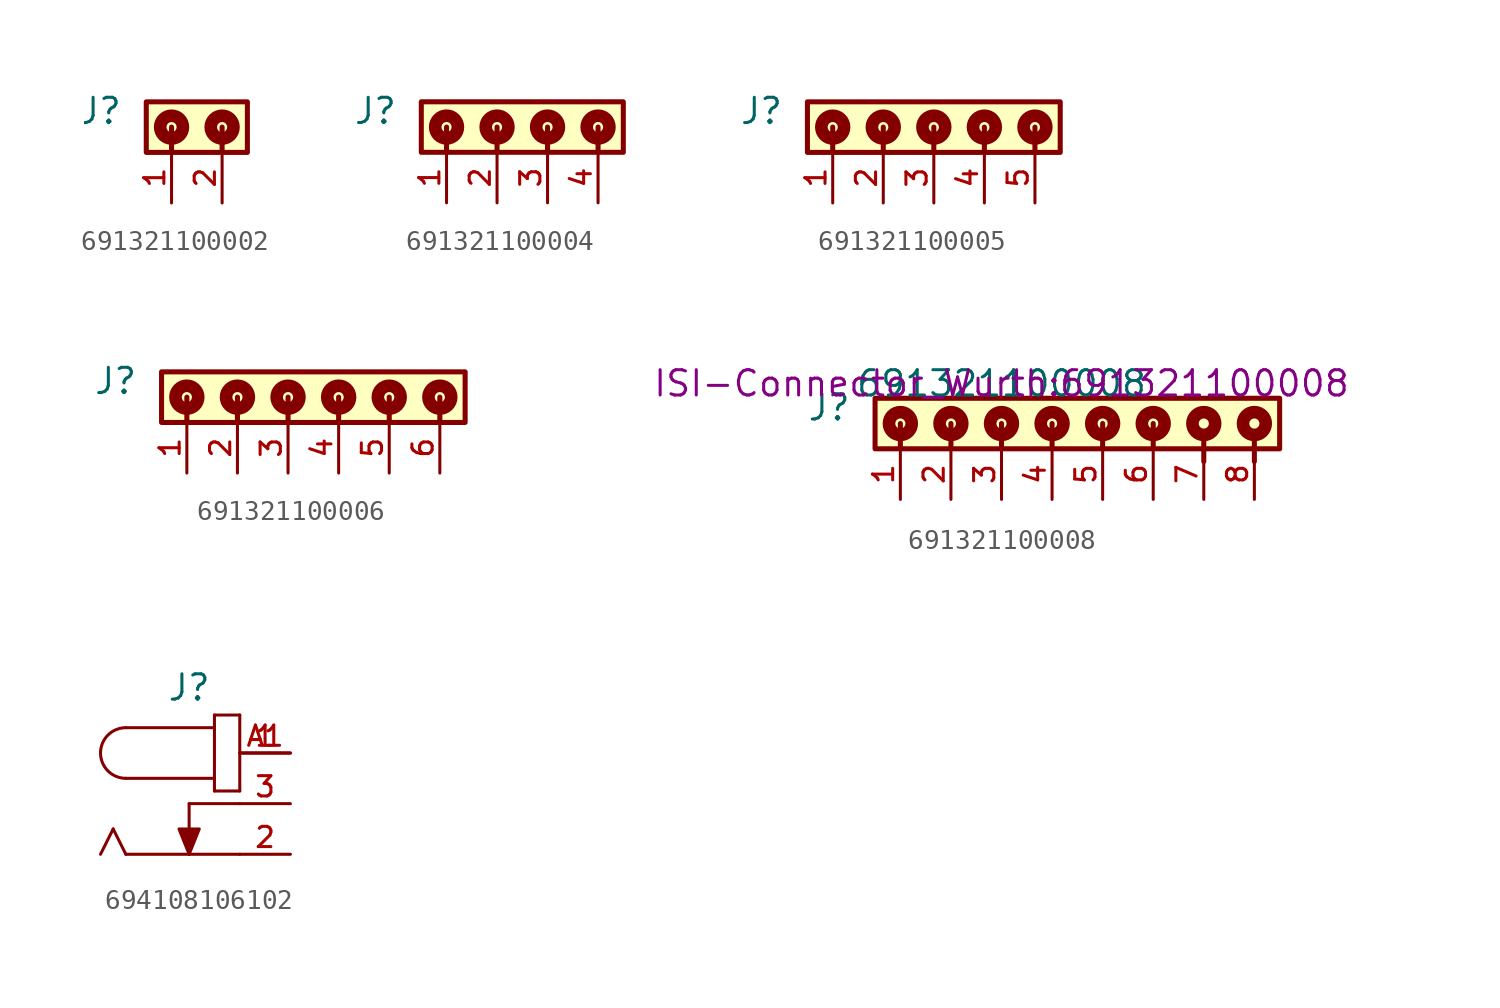
<source format=kicad_sym>
(kicad_symbol_lib
  (version 20241209)
  (generator "kicad_symbol_editor")
  (generator_version "9.0")
  (symbol "691321100002"
    (pin_names
      (offset 1.016))
    (property "Reference" "J"
      (at -4.99 -1.205 0)
      (effects (font (size 1.27 1.27)) (justify right bottom)))
    (symbol "691321100002_0_0"
      (rectangle (start -3.81 -2.54) (end 1.27 0) (stroke (width 0.254) (type default)) (fill (type background)))
      (circle (center -2.54 -1.27) (radius 0.254) (stroke (width 0.635) (type default)) (fill (type none)))
      (polyline (pts (xy -2.54 -1.27) (xy -2.54 -2.54)) (stroke (width 0.254) (type default)) (fill (type none)))
      (polyline (pts (xy 0 -1.27) (xy 0 -2.54)) (stroke (width 0.254) (type default)) (fill (type none)))
      (circle (center 0 -1.27) (radius 0.254) (stroke (width 0.635) (type default)) (fill (type none)))
      (pin passive line (at -2.54 -5.08 90) (length 2.54) (name "~" (effects (font (size 1.016 1.016)))) (number "1" (effects (font (size 1.016 1.016)))))
      (pin passive line (at 0 -5.08 90) (length 2.54) (name "~" (effects (font (size 1.016 1.016)))) (number "2" (effects (font (size 1.016 1.016)))))))
  (symbol "691321100004"
    (pin_names
      (offset 1.016))
    (property "Reference" "J"
      (at -7.53 -1.205 0)
      (effects (font (size 1.27 1.27)) (justify right bottom)))
    (symbol "691321100004_0_0"
      (rectangle (start -6.35 0) (end 3.81 -2.54) (stroke (width 0.254) (type default)) (fill (type background)))
      (circle (center -5.08 -1.27) (radius 0.254) (stroke (width 0.635) (type default)) (fill (type none)))
      (polyline (pts (xy -5.08 -1.27) (xy -5.08 -2.54)) (stroke (width 0.254) (type default)) (fill (type none)))
      (circle (center -2.54 -1.27) (radius 0.254) (stroke (width 0.635) (type default)) (fill (type none)))
      (polyline (pts (xy -2.54 -1.27) (xy -2.54 -2.54)) (stroke (width 0.254) (type default)) (fill (type none)))
      (polyline (pts (xy 0 -1.27) (xy 0 -2.54)) (stroke (width 0.254) (type default)) (fill (type none)))
      (circle (center 0 -1.27) (radius 0.254) (stroke (width 0.635) (type default)) (fill (type none)))
      (polyline (pts (xy 2.54 -1.27) (xy 2.54 -2.54)) (stroke (width 0.254) (type default)) (fill (type none)))
      (circle (center 2.54 -1.27) (radius 0.254) (stroke (width 0.635) (type default)) (fill (type none)))
      (pin passive line (at -5.08 -5.08 90) (length 2.54) (name "~" (effects (font (size 1.016 1.016)))) (number "1" (effects (font (size 1.016 1.016)))))
      (pin passive line (at -2.54 -5.08 90) (length 2.54) (name "~" (effects (font (size 1.016 1.016)))) (number "2" (effects (font (size 1.016 1.016)))))
      (pin passive line (at 0 -5.08 90) (length 2.54) (name "~" (effects (font (size 1.016 1.016)))) (number "3" (effects (font (size 1.016 1.016)))))
      (pin passive line (at 2.54 -5.08 90) (length 2.54) (name "~" (effects (font (size 1.016 1.016)))) (number "4" (effects (font (size 1.016 1.016)))))))
  (symbol "691321100005"
    (pin_names
      (offset 1.016))
    (property "Reference" "J"
      (at -7.53 -1.205 0)
      (effects (font (size 1.27 1.27)) (justify right bottom)))
    (symbol "691321100005_0_0"
      (rectangle (start -6.35 -2.54) (end 6.35 0) (stroke (width 0.254) (type default)) (fill (type background)))
      (circle (center -5.08 -1.27) (radius 0.254) (stroke (width 0.635) (type default)) (fill (type none)))
      (polyline (pts (xy -5.08 -1.27) (xy -5.08 -2.54)) (stroke (width 0.254) (type default)) (fill (type none)))
      (circle (center -2.54 -1.27) (radius 0.254) (stroke (width 0.635) (type default)) (fill (type none)))
      (polyline (pts (xy -2.54 -1.27) (xy -2.54 -2.54)) (stroke (width 0.254) (type default)) (fill (type none)))
      (polyline (pts (xy 0 -1.27) (xy 0 -2.54)) (stroke (width 0.254) (type default)) (fill (type none)))
      (circle (center 0 -1.27) (radius 0.254) (stroke (width 0.635) (type default)) (fill (type none)))
      (polyline (pts (xy 2.54 -1.27) (xy 2.54 -2.54)) (stroke (width 0.254) (type default)) (fill (type none)))
      (circle (center 2.54 -1.27) (radius 0.254) (stroke (width 0.635) (type default)) (fill (type none)))
      (polyline (pts (xy 5.08 -1.27) (xy 5.08 -2.54)) (stroke (width 0.254) (type default)) (fill (type none)))
      (circle (center 5.08 -1.27) (radius 0.254) (stroke (width 0.635) (type default)) (fill (type none)))
      (pin passive line (at -5.08 -5.08 90) (length 2.54) (name "~" (effects (font (size 1.016 1.016)))) (number "1" (effects (font (size 1.016 1.016)))))
      (pin passive line (at -2.54 -5.08 90) (length 2.54) (name "~" (effects (font (size 1.016 1.016)))) (number "2" (effects (font (size 1.016 1.016)))))
      (pin passive line (at 0 -5.08 90) (length 2.54) (name "~" (effects (font (size 1.016 1.016)))) (number "3" (effects (font (size 1.016 1.016)))))
      (pin passive line (at 2.54 -5.08 90) (length 2.54) (name "~" (effects (font (size 1.016 1.016)))) (number "4" (effects (font (size 1.016 1.016))))))
    (symbol "691321100005_1_0"
      (pin passive line (at 5.08 -5.08 90) (length 2.54) (name "~" (effects (font (size 1.016 1.016)))) (number "5" (effects (font (size 1.016 1.016)))))))
  (symbol "691321100006"
    (pin_names
      (offset 1.016))
    (property "Reference" "J"
      (at -7.53 -1.205 0)
      (effects (font (size 1.27 1.27)) (justify right bottom)))
    (symbol "691321100006_0_0"
      (rectangle (start -6.35 -2.54) (end 8.89 0) (stroke (width 0.254) (type default)) (fill (type background)))
      (circle (center -5.08 -1.27) (radius 0.254) (stroke (width 0.635) (type default)) (fill (type none)))
      (polyline (pts (xy -5.08 -1.27) (xy -5.08 -2.54)) (stroke (width 0.254) (type default)) (fill (type none)))
      (circle (center -2.54 -1.27) (radius 0.254) (stroke (width 0.635) (type default)) (fill (type none)))
      (polyline (pts (xy -2.54 -1.27) (xy -2.54 -2.54)) (stroke (width 0.254) (type default)) (fill (type none)))
      (polyline (pts (xy 0 -1.27) (xy 0 -2.54)) (stroke (width 0.254) (type default)) (fill (type none)))
      (circle (center 0 -1.27) (radius 0.254) (stroke (width 0.635) (type default)) (fill (type none)))
      (polyline (pts (xy 2.54 -1.27) (xy 2.54 -2.54)) (stroke (width 0.254) (type default)) (fill (type none)))
      (circle (center 2.54 -1.27) (radius 0.254) (stroke (width 0.635) (type default)) (fill (type none)))
      (polyline (pts (xy 5.08 -1.27) (xy 5.08 -2.54)) (stroke (width 0.254) (type default)) (fill (type none)))
      (circle (center 5.08 -1.27) (radius 0.254) (stroke (width 0.635) (type default)) (fill (type none)))
      (polyline (pts (xy 7.62 -1.27) (xy 7.62 -2.54)) (stroke (width 0.254) (type default)) (fill (type none)))
      (circle (center 7.62 -1.27) (radius 0.254) (stroke (width 0.635) (type default)) (fill (type none)))
      (pin passive line (at -5.08 -5.08 90) (length 2.54) (name "~" (effects (font (size 1.016 1.016)))) (number "1" (effects (font (size 1.016 1.016)))))
      (pin passive line (at -2.54 -5.08 90) (length 2.54) (name "~" (effects (font (size 1.016 1.016)))) (number "2" (effects (font (size 1.016 1.016)))))
      (pin passive line (at 0 -5.08 90) (length 2.54) (name "~" (effects (font (size 1.016 1.016)))) (number "3" (effects (font (size 1.016 1.016)))))
      (pin passive line (at 2.54 -5.08 90) (length 2.54) (name "~" (effects (font (size 1.016 1.016)))) (number "4" (effects (font (size 1.016 1.016)))))
      (pin passive line (at 5.08 -5.08 90) (length 2.54) (name "~" (effects (font (size 1.016 1.016)))) (number "5" (effects (font (size 1.016 1.016))))))
    (symbol "691321100006_1_0"
      (pin passive line (at 7.62 -5.08 90) (length 2.54) (name "~" (effects (font (size 1.016 1.016)))) (number "6" (effects (font (size 1.016 1.016)))))))
  (symbol "691321100008"
    (pin_names
      (offset 1.016))
    (property "Reference" "J"
      (at -7.53 -1.205 0)
      (effects (font (size 1.27 1.27)) (justify right bottom)))
    (property "Value" "691321100008"
      (at 0 0 0)
      (effects (font (size 1.27 1.27)) (justify bottom)))
    (property "Footprint" "ISI-Connector_Wurth:691321100008"
      (at 0 0 0)
      (effects (font (size 1.27 1.27)) (justify bottom)))
    (symbol "691321100008_0_0"
      (rectangle (start -6.35 0) (end 13.97 -2.54) (stroke (width 0.254) (type default)) (fill (type background)))
      (circle (center -5.08 -1.27) (radius 0.254) (stroke (width 0.635) (type default)) (fill (type none)))
      (polyline (pts (xy -5.08 -1.27) (xy -5.08 -2.54)) (stroke (width 0.254) (type default)) (fill (type none)))
      (circle (center -2.54 -1.27) (radius 0.254) (stroke (width 0.635) (type default)) (fill (type none)))
      (polyline (pts (xy -2.54 -1.27) (xy -2.54 -2.54)) (stroke (width 0.254) (type default)) (fill (type none)))
      (polyline (pts (xy 0 -1.27) (xy 0 -2.54)) (stroke (width 0.254) (type default)) (fill (type none)))
      (circle (center 0 -1.27) (radius 0.254) (stroke (width 0.635) (type default)) (fill (type none)))
      (polyline (pts (xy 2.54 -1.27) (xy 2.54 -2.54)) (stroke (width 0.254) (type default)) (fill (type none)))
      (circle (center 2.54 -1.27) (radius 0.254) (stroke (width 0.635) (type default)) (fill (type none)))
      (polyline (pts (xy 5.08 -1.27) (xy 5.08 -2.54)) (stroke (width 0.254) (type default)) (fill (type none)))
      (circle (center 5.08 -1.27) (radius 0.254) (stroke (width 0.635) (type default)) (fill (type none)))
      (polyline (pts (xy 7.62 -1.27) (xy 7.62 -2.54)) (stroke (width 0.254) (type default)) (fill (type none)))
      (circle (center 7.62 -1.27) (radius 0.254) (stroke (width 0.635) (type default)) (fill (type none)))
      (circle (center 10.16 -1.27) (radius 0.254) (stroke (width 0.635) (type default)) (fill (type none)))
      (polyline (pts (xy 10.16 -1.905) (xy 10.16 -3.175)) (stroke (width 0.254) (type default)) (fill (type none)))
      (circle (center 12.7 -1.27) (radius 0.254) (stroke (width 0.635) (type default)) (fill (type none)))
      (polyline (pts (xy 12.7 -1.905) (xy 12.7 -3.175)) (stroke (width 0.254) (type default)) (fill (type none)))
      (pin passive line (at -5.08 -5.08 90) (length 2.54) (name "~" (effects (font (size 1.016 1.016)))) (number "1" (effects (font (size 1.016 1.016)))))
      (pin passive line (at -2.54 -5.08 90) (length 2.54) (name "~" (effects (font (size 1.016 1.016)))) (number "2" (effects (font (size 1.016 1.016)))))
      (pin passive line (at 0 -5.08 90) (length 2.54) (name "~" (effects (font (size 1.016 1.016)))) (number "3" (effects (font (size 1.016 1.016)))))
      (pin passive line (at 2.54 -5.08 90) (length 2.54) (name "~" (effects (font (size 1.016 1.016)))) (number "4" (effects (font (size 1.016 1.016))))))
    (symbol "691321100008_1_0"
      (pin passive line (at 5.08 -5.08 90) (length 2.54) (name "~" (effects (font (size 1.016 1.016)))) (number "5" (effects (font (size 1.016 1.016)))))
      (pin passive line (at 7.62 -5.08 90) (length 2.54) (name "~" (effects (font (size 1.016 1.016)))) (number "6" (effects (font (size 1.016 1.016)))))
      (pin passive line (at 10.16 -5.08 90) (length 2.54) (name "~" (effects (font (size 1.016 1.016)))) (number "7" (effects (font (size 1.016 1.016)))))
      (pin passive line (at 12.7 -5.08 90) (length 2.54) (name "~" (effects (font (size 1.016 1.016)))) (number "8" (effects (font (size 1.016 1.016)))))))
  (symbol "694108106102"
    (pin_names
      (offset 1.016))
    (property "Reference" "J"
      (at 0 2.54 0)
      (effects (font (size 1.27 1.27)) (justify bottom)))
    (symbol "694108106102_0_0"
      (polyline (pts (xy -3.81 -3.81) (xy -4.445 -5.08)) (stroke (width 0.152) (type default)) (fill (type none)))
      (polyline (pts (xy -3.175 1.27) (xy 1.27 1.27)) (stroke (width 0.152) (type default)) (fill (type none)))
      (polyline (pts (xy -3.175 -5.08) (xy -3.81 -3.81)) (stroke (width 0.152) (type default)) (fill (type none)))
      (arc (start -3.175 -1.27) (mid -4.4394 0) (end -3.175 1.27) (stroke (width 0.1524) (type default)) (fill (type none)))
      (polyline (pts (xy 0 -2.54) (xy 0 -5.08)) (stroke (width 0.152) (type default)) (fill (type none)))
      (polyline (pts (xy 0 -2.54) (xy 2.54 -2.54)) (stroke (width 0.152) (type default)) (fill (type none)))
      (polyline (pts (xy 0 -5.08) (xy -3.175 -5.08)) (stroke (width 0.152) (type default)) (fill (type none)))
      (polyline (pts (xy 0 -5.08) (xy -0.508 -3.81) (xy 0.508 -3.81) (xy 0 -5.08)) (stroke (width 0.152) (type default)) (fill (type outline)))
      (polyline (pts (xy 1.27 1.905) (xy 1.27 1.27)) (stroke (width 0.152) (type default)) (fill (type none)))
      (polyline (pts (xy 1.27 1.27) (xy 1.27 -1.27)) (stroke (width 0.152) (type default)) (fill (type none)))
      (polyline (pts (xy 1.27 -1.27) (xy -3.175 -1.27)) (stroke (width 0.152) (type default)) (fill (type none)))
      (polyline (pts (xy 1.27 -1.27) (xy 1.27 -1.905)) (stroke (width 0.152) (type default)) (fill (type none)))
      (polyline (pts (xy 1.27 -1.905) (xy 2.54 -1.905)) (stroke (width 0.152) (type default)) (fill (type none)))
      (polyline (pts (xy 2.54 1.905) (xy 1.27 1.905)) (stroke (width 0.152) (type default)) (fill (type none)))
      (polyline (pts (xy 2.54 -1.905) (xy 2.54 1.905)) (stroke (width 0.152) (type default)) (fill (type none)))
      (polyline (pts (xy 2.54 -5.08) (xy 0 -5.08)) (stroke (width 0.152) (type default)) (fill (type none)))
      (pin passive line (at 5.08 0 180) (length 2.54) (name "~" (effects (font (size 1.016 1.016)))) (number "1" (effects (font (size 1.016 1.016)))))
      (pin passive line (at 5.08 0 180) (length 2.54) (name "~" (effects (font (size 1.016 1.016)))) (number "A1" (effects (font (size 1.016 1.016)))))
      (pin passive line (at 5.08 -2.54 180) (length 2.54) (name "~" (effects (font (size 1.016 1.016)))) (number "3" (effects (font (size 1.016 1.016)))))
      (pin passive line (at 5.08 -5.08 180) (length 2.54) (name "~" (effects (font (size 1.016 1.016)))) (number "2" (effects (font (size 1.016 1.016))))))))
</source>
